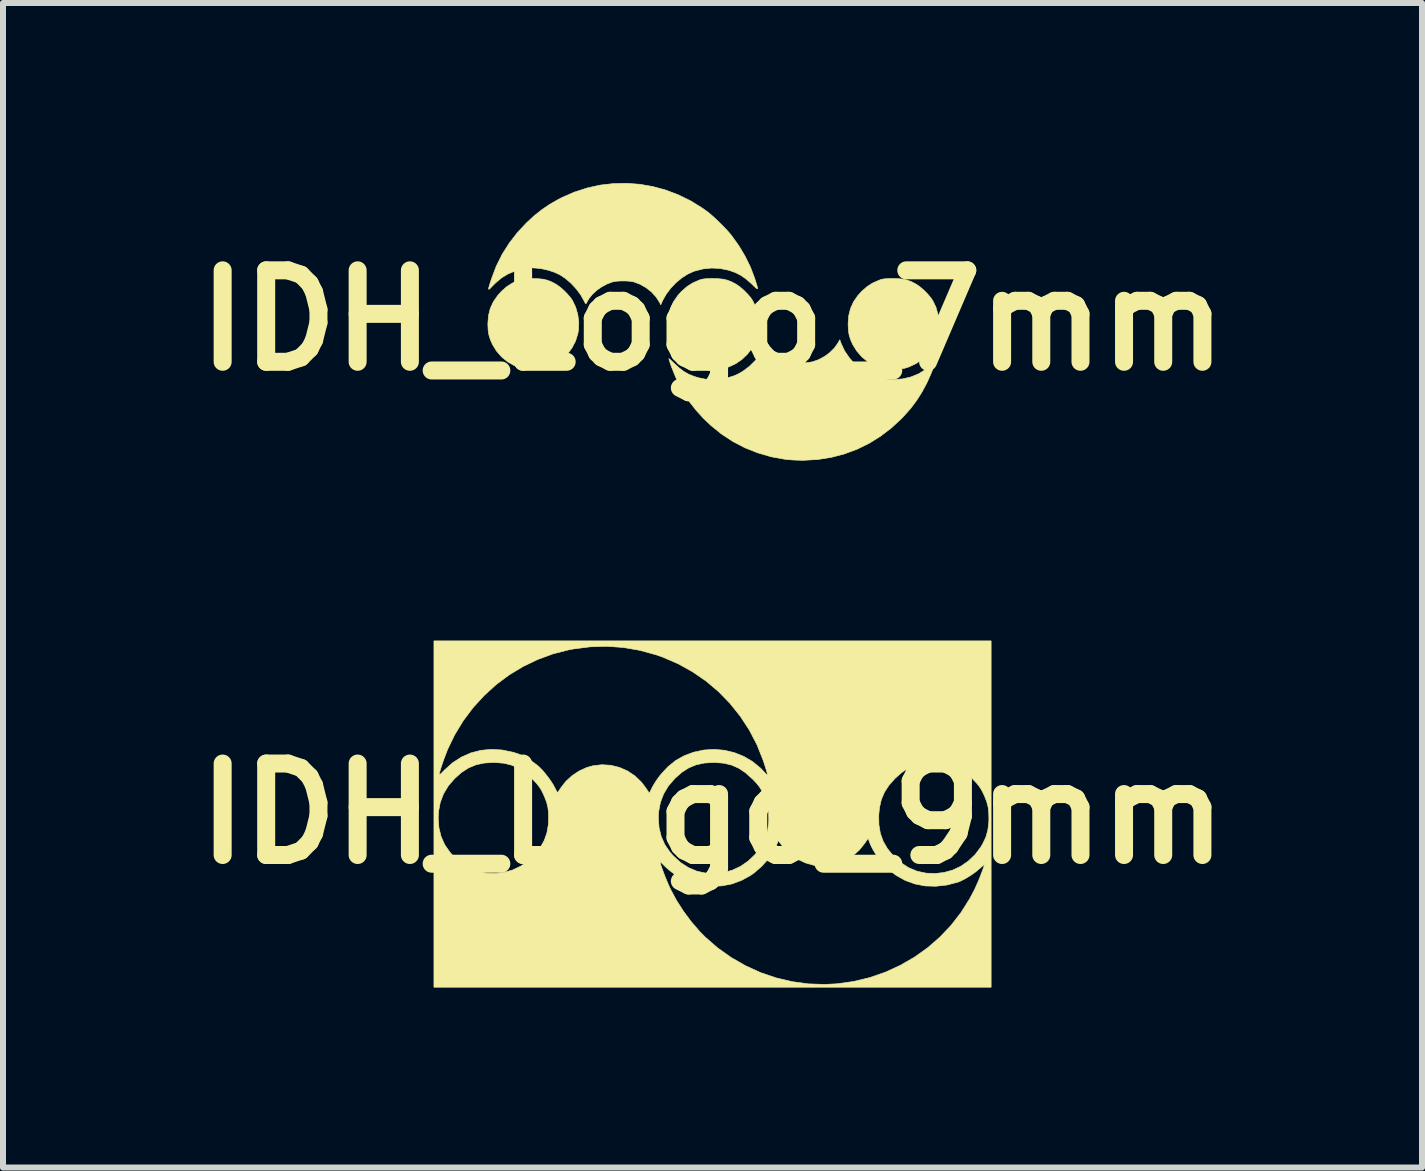
<source format=kicad_pcb>
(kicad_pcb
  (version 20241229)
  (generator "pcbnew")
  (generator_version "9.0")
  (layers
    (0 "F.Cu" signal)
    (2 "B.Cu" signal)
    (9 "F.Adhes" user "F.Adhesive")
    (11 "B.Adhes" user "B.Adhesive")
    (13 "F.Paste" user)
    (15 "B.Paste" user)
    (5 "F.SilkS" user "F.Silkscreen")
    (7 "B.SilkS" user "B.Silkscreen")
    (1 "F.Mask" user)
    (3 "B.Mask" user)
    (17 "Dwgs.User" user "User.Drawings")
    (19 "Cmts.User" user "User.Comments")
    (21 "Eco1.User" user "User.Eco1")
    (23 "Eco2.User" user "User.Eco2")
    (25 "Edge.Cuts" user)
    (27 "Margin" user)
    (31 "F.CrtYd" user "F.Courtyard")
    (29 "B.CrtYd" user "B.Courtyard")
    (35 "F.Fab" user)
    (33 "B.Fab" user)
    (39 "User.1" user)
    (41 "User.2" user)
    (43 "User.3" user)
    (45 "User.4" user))
  (footprint "IDH_Logo_7mm"
    (layer "F.Cu")
    (at 8.825 2.29)
    (property "Reference" "IDH_Logo_7mm" (at 0 0 0) (layer "F.SilkS") (effects (font (size 1.524 1.524) (thickness 0.3))))
    (attr through_hole)
    (fp_poly (pts (xy -2.905 -0.695) (xy -2.824 -0.687) (xy -2.753 -0.67) (xy -2.684 -0.643) (xy -2.613 -0.605) (xy -2.61 -0.604) (xy -2.55 -0.562) (xy -2.486 -0.508) (xy -2.424 -0.446) (xy -2.37 -0.384) (xy -2.334 -0.332) (xy -2.281 -0.221) (xy -2.246 -0.099) (xy -2.229 0.026) (xy -2.233 0.151) (xy -2.245 0.224) (xy -2.283 0.345) (xy -2.342 0.458) (xy -2.418 0.56) (xy -2.509 0.648) (xy -2.614 0.72) (xy -2.729 0.774) (xy -2.801 0.797) (xy -2.902 0.814) (xy -3.011 0.819) (xy -3.117 0.81) (xy -3.182 0.797) (xy -3.304 0.753) (xy -3.415 0.69) (xy -3.515 0.608) (xy -3.6 0.511) (xy -3.667 0.401) (xy -3.703 0.32) (xy -3.727 0.242) (xy -3.74 0.16) (xy -3.744 0.065) (xy -3.744 0.052) (xy -3.734 -0.079) (xy -3.704 -0.199) (xy -3.653 -0.31) (xy -3.581 -0.414) (xy -3.519 -0.483) (xy -3.43 -0.562) (xy -3.335 -0.623) (xy -3.236 -0.667) (xy -3.2 -0.68) (xy -3.168 -0.688) (xy -3.133 -0.693) (xy -3.089 -0.696) (xy -3.029 -0.698) (xy -3.002 -0.698) (xy -2.905 -0.695)) (stroke (width 0.01) (type solid)) (fill yes) (layer "F.SilkS"))
    (fp_poly (pts (xy 0.097 -0.695) (xy 0.178 -0.687) (xy 0.249 -0.67) (xy 0.317 -0.643) (xy 0.389 -0.605) (xy 0.392 -0.604) (xy 0.452 -0.562) (xy 0.516 -0.508) (xy 0.578 -0.446) (xy 0.632 -0.384) (xy 0.668 -0.332) (xy 0.721 -0.221) (xy 0.756 -0.099) (xy 0.772 0.026) (xy 0.769 0.151) (xy 0.757 0.224) (xy 0.718 0.345) (xy 0.66 0.458) (xy 0.584 0.56) (xy 0.492 0.648) (xy 0.388 0.72) (xy 0.273 0.774) (xy 0.201 0.797) (xy 0.1 0.814) (xy -0.009 0.819) (xy -0.116 0.81) (xy -0.181 0.797) (xy -0.302 0.753) (xy -0.413 0.69) (xy -0.513 0.608) (xy -0.598 0.511) (xy -0.665 0.401) (xy -0.702 0.32) (xy -0.725 0.242) (xy -0.738 0.16) (xy -0.742 0.065) (xy -0.742 0.052) (xy -0.732 -0.079) (xy -0.702 -0.199) (xy -0.651 -0.31) (xy -0.579 -0.414) (xy -0.517 -0.483) (xy -0.428 -0.562) (xy -0.333 -0.623) (xy -0.234 -0.667) (xy -0.199 -0.68) (xy -0.166 -0.688) (xy -0.131 -0.693) (xy -0.087 -0.696) (xy -0.028 -0.698) (xy 0 -0.698) (xy 0.097 -0.695)) (stroke (width 0.01) (type solid)) (fill yes) (layer "F.SilkS"))
    (fp_poly (pts (xy 3.099 -0.695) (xy 3.18 -0.687) (xy 3.251 -0.67) (xy 3.319 -0.643) (xy 3.391 -0.605) (xy 3.394 -0.604) (xy 3.454 -0.562) (xy 3.518 -0.508) (xy 3.58 -0.446) (xy 3.633 -0.384) (xy 3.669 -0.332) (xy 3.723 -0.221) (xy 3.758 -0.099) (xy 3.774 0.026) (xy 3.771 0.151) (xy 3.759 0.224) (xy 3.72 0.345) (xy 3.662 0.458) (xy 3.586 0.56) (xy 3.494 0.648) (xy 3.39 0.72) (xy 3.275 0.774) (xy 3.203 0.797) (xy 3.102 0.814) (xy 2.993 0.819) (xy 2.886 0.81) (xy 2.821 0.797) (xy 2.7 0.753) (xy 2.588 0.69) (xy 2.489 0.608) (xy 2.404 0.511) (xy 2.336 0.401) (xy 2.3 0.32) (xy 2.276 0.242) (xy 2.264 0.16) (xy 2.26 0.065) (xy 2.26 0.052) (xy 2.27 -0.079) (xy 2.3 -0.199) (xy 2.35 -0.31) (xy 2.422 -0.414) (xy 2.485 -0.483) (xy 2.574 -0.562) (xy 2.669 -0.623) (xy 2.768 -0.667) (xy 2.803 -0.68) (xy 2.835 -0.688) (xy 2.871 -0.693) (xy 2.915 -0.696) (xy 2.974 -0.698) (xy 3.002 -0.698) (xy 3.099 -0.695)) (stroke (width 0.01) (type solid)) (fill yes) (layer "F.SilkS"))
    (fp_poly (pts (xy 2.145 0.389) (xy 2.201 0.508) (xy 2.279 0.622) (xy 2.344 0.697) (xy 2.452 0.797) (xy 2.566 0.875) (xy 2.688 0.932) (xy 2.82 0.969) (xy 2.963 0.985) (xy 3.019 0.986) (xy 3.167 0.975) (xy 3.305 0.943) (xy 3.435 0.89) (xy 3.556 0.815) (xy 3.657 0.731) (xy 3.686 0.704) (xy 3.708 0.684) (xy 3.718 0.677) (xy 3.718 0.677) (xy 3.713 0.696) (xy 3.701 0.731) (xy 3.684 0.779) (xy 3.662 0.835) (xy 3.638 0.894) (xy 3.613 0.951) (xy 3.59 1.003) (xy 3.571 1.044) (xy 3.488 1.198) (xy 3.4 1.336) (xy 3.302 1.467) (xy 3.188 1.595) (xy 3.153 1.632) (xy 2.983 1.79) (xy 2.801 1.929) (xy 2.608 2.049) (xy 2.406 2.148) (xy 2.194 2.226) (xy 1.976 2.283) (xy 1.751 2.318) (xy 1.521 2.331) (xy 1.486 2.331) (xy 1.414 2.329) (xy 1.337 2.326) (xy 1.265 2.32) (xy 1.208 2.314) (xy 1.206 2.314) (xy 0.976 2.272) (xy 0.755 2.208) (xy 0.543 2.124) (xy 0.341 2.019) (xy 0.15 1.894) (xy -0.029 1.749) (xy -0.151 1.632) (xy -0.269 1.503) (xy -0.371 1.374) (xy -0.462 1.239) (xy -0.545 1.09) (xy -0.57 1.043) (xy -0.591 0.998) (xy -0.615 0.944) (xy -0.64 0.883) (xy -0.665 0.821) (xy -0.688 0.761) (xy -0.707 0.708) (xy -0.72 0.666) (xy -0.727 0.641) (xy -0.727 0.637) (xy -0.72 0.641) (xy -0.699 0.659) (xy -0.669 0.688) (xy -0.638 0.717) (xy -0.554 0.794) (xy -0.475 0.853) (xy -0.394 0.899) (xy -0.306 0.934) (xy -0.225 0.958) (xy -0.099 0.983) (xy 0.018 0.99) (xy 0.136 0.979) (xy 0.182 0.971) (xy 0.271 0.95) (xy 0.343 0.929) (xy 0.406 0.903) (xy 0.467 0.871) (xy 0.514 0.842) (xy 0.613 0.767) (xy 0.704 0.678) (xy 0.783 0.58) (xy 0.845 0.478) (xy 0.871 0.422) (xy 0.896 0.359) (xy 0.948 0.43) (xy 1.027 0.519) (xy 1.121 0.595) (xy 1.228 0.653) (xy 1.331 0.689) (xy 1.407 0.702) (xy 1.495 0.707) (xy 1.583 0.703) (xy 1.661 0.691) (xy 1.673 0.688) (xy 1.771 0.653) (xy 1.867 0.601) (xy 1.955 0.536) (xy 2.03 0.462) (xy 2.087 0.382) (xy 2.087 0.382) (xy 2.121 0.323) (xy 2.145 0.389)) (stroke (width 0.01) (type solid)) (fill yes) (layer "F.SilkS"))
    (fp_poly (pts (xy -1.214 -2.269) (xy -0.996 -2.231) (xy -0.782 -2.173) (xy -0.573 -2.094) (xy -0.37 -1.995) (xy -0.176 -1.876) (xy -0.075 -1.803) (xy -0.02 -1.758) (xy 0.044 -1.7) (xy 0.113 -1.634) (xy 0.181 -1.566) (xy 0.245 -1.499) (xy 0.297 -1.439) (xy 0.317 -1.414) (xy 0.437 -1.247) (xy 0.542 -1.071) (xy 0.631 -0.89) (xy 0.7 -0.709) (xy 0.703 -0.7) (xy 0.726 -0.627) (xy 0.742 -0.575) (xy 0.75 -0.542) (xy 0.749 -0.527) (xy 0.739 -0.529) (xy 0.718 -0.545) (xy 0.687 -0.575) (xy 0.655 -0.606) (xy 0.564 -0.687) (xy 0.476 -0.749) (xy 0.385 -0.796) (xy 0.284 -0.832) (xy 0.266 -0.837) (xy 0.123 -0.866) (xy -0.014 -0.873) (xy -0.15 -0.86) (xy -0.289 -0.825) (xy -0.312 -0.818) (xy -0.412 -0.773) (xy -0.512 -0.709) (xy -0.608 -0.63) (xy -0.695 -0.539) (xy -0.77 -0.44) (xy -0.829 -0.337) (xy -0.837 -0.319) (xy -0.863 -0.26) (xy -0.883 -0.301) (xy -0.941 -0.391) (xy -1.017 -0.474) (xy -1.108 -0.546) (xy -1.208 -0.603) (xy -1.313 -0.642) (xy -1.375 -0.653) (xy -1.45 -0.658) (xy -1.529 -0.658) (xy -1.604 -0.653) (xy -1.666 -0.642) (xy -1.757 -0.608) (xy -1.847 -0.56) (xy -1.931 -0.501) (xy -2.003 -0.434) (xy -2.061 -0.362) (xy -2.091 -0.309) (xy -2.103 -0.286) (xy -2.112 -0.277) (xy -2.112 -0.277) (xy -2.12 -0.287) (xy -2.134 -0.311) (xy -2.144 -0.332) (xy -2.199 -0.429) (xy -2.271 -0.525) (xy -2.355 -0.616) (xy -2.447 -0.696) (xy -2.541 -0.759) (xy -2.541 -0.759) (xy -2.631 -0.801) (xy -2.735 -0.836) (xy -2.846 -0.861) (xy -2.95 -0.873) (xy -3.016 -0.875) (xy -3.076 -0.871) (xy -3.142 -0.861) (xy -3.167 -0.856) (xy -3.296 -0.821) (xy -3.41 -0.774) (xy -3.512 -0.712) (xy -3.609 -0.632) (xy -3.659 -0.583) (xy -3.69 -0.55) (xy -3.713 -0.527) (xy -3.727 -0.518) (xy -3.732 -0.522) (xy -3.73 -0.542) (xy -3.72 -0.58) (xy -3.702 -0.636) (xy -3.681 -0.7) (xy -3.604 -0.904) (xy -3.506 -1.101) (xy -3.387 -1.289) (xy -3.25 -1.466) (xy -3.098 -1.628) (xy -2.973 -1.743) (xy -2.849 -1.842) (xy -2.721 -1.93) (xy -2.582 -2.01) (xy -2.509 -2.048) (xy -2.303 -2.138) (xy -2.09 -2.207) (xy -1.874 -2.255) (xy -1.655 -2.28) (xy -1.434 -2.285) (xy -1.214 -2.269)) (stroke (width 0.01) (type solid)) (fill yes) (layer "F.SilkS")))
  (footprint "IDH_Logo_9mm"
    (layer "F.Cu")
    (at 8.825 10.51)
    (property "Reference" "IDH_Logo_9mm" (at 0 0 0) (layer "F.SilkS") (effects (font (size 1.524 1.524) (thickness 0.3))))
    (attr through_hole)
    (fp_poly (pts (xy 4.643 2.893) (xy -4.643 2.893) (xy -4.643 0.076) (xy -4.572 0.076) (xy -4.56 0.236) (xy -4.524 0.382) (xy -4.464 0.517) (xy -4.377 0.643) (xy -4.324 0.703) (xy -4.201 0.816) (xy -4.069 0.901) (xy -3.928 0.96) (xy -3.777 0.992) (xy -3.618 0.997) (xy -3.481 0.981) (xy -3.335 0.941) (xy -3.196 0.875) (xy -3.094 0.804) (xy -0.875 0.804) (xy -0.87 0.83) (xy -0.855 0.876) (xy -0.833 0.937) (xy -0.807 1.008) (xy -0.777 1.083) (xy -0.747 1.156) (xy -0.717 1.224) (xy -0.699 1.263) (xy -0.602 1.443) (xy -0.485 1.626) (xy -0.354 1.802) (xy -0.215 1.963) (xy -0.125 2.055) (xy 0.085 2.238) (xy 0.311 2.398) (xy 0.55 2.535) (xy 0.8 2.649) (xy 1.058 2.737) (xy 1.324 2.8) (xy 1.594 2.837) (xy 1.867 2.846) (xy 2.074 2.836) (xy 2.352 2.797) (xy 2.622 2.732) (xy 2.882 2.642) (xy 3.13 2.528) (xy 3.366 2.392) (xy 3.586 2.235) (xy 3.791 2.057) (xy 3.977 1.86) (xy 4.144 1.645) (xy 4.29 1.412) (xy 4.368 1.263) (xy 4.395 1.203) (xy 4.425 1.135) (xy 4.455 1.063) (xy 4.482 0.993) (xy 4.505 0.932) (xy 4.522 0.883) (xy 4.529 0.854) (xy 4.53 0.851) (xy 4.52 0.855) (xy 4.496 0.876) (xy 4.462 0.907) (xy 4.46 0.908) (xy 4.386 0.97) (xy 4.301 1.03) (xy 4.213 1.084) (xy 4.131 1.125) (xy 4.089 1.142) (xy 3.903 1.19) (xy 3.721 1.21) (xy 3.544 1.205) (xy 3.374 1.172) (xy 3.212 1.113) (xy 3.059 1.028) (xy 2.917 0.918) (xy 2.897 0.899) (xy 2.839 0.837) (xy 2.778 0.759) (xy 2.719 0.674) (xy 2.668 0.589) (xy 2.631 0.513) (xy 2.624 0.495) (xy 2.593 0.411) (xy 2.537 0.494) (xy 2.445 0.608) (xy 2.334 0.705) (xy 2.208 0.782) (xy 2.072 0.837) (xy 1.929 0.868) (xy 1.834 0.874) (xy 1.69 0.861) (xy 1.549 0.821) (xy 1.415 0.758) (xy 1.293 0.673) (xy 1.187 0.568) (xy 1.149 0.521) (xy 1.097 0.45) (xy 1.066 0.525) (xy 1.005 0.646) (xy 0.92 0.766) (xy 0.817 0.88) (xy 0.7 0.982) (xy 0.635 1.029) (xy 0.486 1.111) (xy 0.328 1.17) (xy 0.162 1.203) (xy -0.006 1.213) (xy -0.174 1.198) (xy -0.338 1.158) (xy -0.494 1.094) (xy -0.605 1.03) (xy -0.667 0.985) (xy -0.73 0.935) (xy -0.783 0.888) (xy -0.801 0.87) (xy -0.836 0.835) (xy -0.862 0.811) (xy -0.874 0.803) (xy -0.875 0.804) (xy -3.094 0.804) (xy -3.068 0.786) (xy -2.954 0.675) (xy -2.87 0.563) (xy -2.803 0.443) (xy -2.76 0.32) (xy -2.737 0.187) (xy -2.732 0.092) (xy -2.732 0.076) (xy -0.903 0.076) (xy -0.891 0.236) (xy -0.855 0.382) (xy -0.795 0.517) (xy -0.708 0.643) (xy -0.655 0.703) (xy -0.532 0.816) (xy -0.4 0.901) (xy -0.259 0.96) (xy -0.109 0.992) (xy 0.05 0.997) (xy 0.19 0.981) (xy 0.334 0.941) (xy 0.47 0.877) (xy 0.596 0.789) (xy 0.708 0.682) (xy 0.803 0.557) (xy 0.829 0.512) (xy 0.885 0.396) (xy 0.919 0.277) (xy 0.936 0.147) (xy 0.937 0.085) (xy 0.936 0.028) (xy 2.77 0.028) (xy 2.773 0.187) (xy 2.797 0.33) (xy 2.844 0.461) (xy 2.915 0.583) (xy 3.011 0.701) (xy 3.014 0.703) (xy 3.137 0.816) (xy 3.268 0.901) (xy 3.409 0.96) (xy 3.559 0.992) (xy 3.718 0.997) (xy 3.859 0.981) (xy 4.002 0.941) (xy 4.139 0.877) (xy 4.265 0.789) (xy 4.377 0.682) (xy 4.471 0.557) (xy 4.498 0.512) (xy 4.554 0.396) (xy 4.588 0.277) (xy 4.604 0.147) (xy 4.606 0.085) (xy 4.603 -0.023) (xy 4.592 -0.115) (xy 4.569 -0.201) (xy 4.533 -0.293) (xy 4.513 -0.337) (xy 4.481 -0.398) (xy 4.448 -0.45) (xy 4.407 -0.502) (xy 4.351 -0.561) (xy 4.334 -0.578) (xy 4.221 -0.68) (xy 4.108 -0.756) (xy 3.991 -0.808) (xy 3.863 -0.84) (xy 3.719 -0.852) (xy 3.683 -0.853) (xy 3.531 -0.843) (xy 3.396 -0.814) (xy 3.272 -0.763) (xy 3.156 -0.688) (xy 3.041 -0.587) (xy 3.041 -0.586) (xy 2.94 -0.472) (xy 2.865 -0.357) (xy 2.813 -0.234) (xy 2.782 -0.099) (xy 2.77 0.028) (xy 0.936 0.028) (xy 0.934 -0.023) (xy 0.923 -0.115) (xy 0.9 -0.201) (xy 0.864 -0.293) (xy 0.844 -0.337) (xy 0.812 -0.398) (xy 0.779 -0.45) (xy 0.738 -0.502) (xy 0.683 -0.561) (xy 0.665 -0.578) (xy 0.552 -0.68) (xy 0.439 -0.756) (xy 0.322 -0.808) (xy 0.194 -0.84) (xy 0.05 -0.852) (xy 0.014 -0.853) (xy -0.138 -0.843) (xy -0.273 -0.814) (xy -0.396 -0.763) (xy -0.513 -0.688) (xy -0.627 -0.587) (xy -0.628 -0.586) (xy -0.735 -0.462) (xy -0.815 -0.329) (xy -0.869 -0.186) (xy -0.898 -0.032) (xy -0.903 0.076) (xy -2.732 0.076) (xy -2.734 -0.015) (xy -2.744 -0.105) (xy -2.764 -0.187) (xy -2.797 -0.274) (xy -2.825 -0.337) (xy -2.856 -0.398) (xy -2.89 -0.45) (xy -2.931 -0.502) (xy -2.986 -0.561) (xy -3.004 -0.578) (xy -3.117 -0.68) (xy -3.229 -0.756) (xy -3.347 -0.808) (xy -3.475 -0.84) (xy -3.619 -0.852) (xy -3.655 -0.853) (xy -3.807 -0.843) (xy -3.942 -0.814) (xy -4.065 -0.763) (xy -4.182 -0.688) (xy -4.296 -0.587) (xy -4.297 -0.586) (xy -4.404 -0.462) (xy -4.484 -0.329) (xy -4.538 -0.186) (xy -4.567 -0.032) (xy -4.572 0.076) (xy -4.643 0.076) (xy -4.643 -0.657) (xy -4.555 -0.657) (xy -4.553 -0.647) (xy -4.543 -0.652) (xy -4.52 -0.673) (xy -4.482 -0.711) (xy -4.464 -0.729) (xy -4.33 -0.849) (xy -4.183 -0.943) (xy -4.027 -1.012) (xy -3.861 -1.055) (xy -3.688 -1.071) (xy -3.509 -1.061) (xy -3.325 -1.023) (xy -3.249 -1) (xy -3.176 -0.97) (xy -3.092 -0.924) (xy -3.006 -0.869) (xy -2.925 -0.809) (xy -2.883 -0.773) (xy -2.828 -0.716) (xy -2.769 -0.644) (xy -2.71 -0.566) (xy -2.66 -0.49) (xy -2.626 -0.426) (xy -2.606 -0.387) (xy -2.59 -0.36) (xy -2.583 -0.353) (xy -2.572 -0.365) (xy -2.551 -0.394) (xy -2.526 -0.433) (xy -2.445 -0.537) (xy -2.343 -0.63) (xy -2.226 -0.709) (xy -2.1 -0.767) (xy -1.997 -0.797) (xy -1.846 -0.815) (xy -1.697 -0.806) (xy -1.553 -0.771) (xy -1.418 -0.712) (xy -1.295 -0.63) (xy -1.186 -0.526) (xy -1.113 -0.43) (xy -1.053 -0.34) (xy -1.005 -0.437) (xy -0.974 -0.492) (xy -0.932 -0.558) (xy -0.885 -0.623) (xy -0.863 -0.651) (xy -0.743 -0.781) (xy -0.613 -0.886) (xy -0.47 -0.966) (xy -0.317 -1.023) (xy -0.145 -1.06) (xy 0.028 -1.071) (xy 0.199 -1.056) (xy 0.365 -1.016) (xy 0.522 -0.953) (xy 0.668 -0.867) (xy 0.799 -0.759) (xy 0.84 -0.717) (xy 0.879 -0.675) (xy 0.902 -0.652) (xy 0.913 -0.646) (xy 0.914 -0.656) (xy 0.91 -0.678) (xy 0.901 -0.711) (xy 0.885 -0.762) (xy 0.865 -0.826) (xy 0.844 -0.889) (xy 0.741 -1.148) (xy 0.613 -1.393) (xy 0.463 -1.623) (xy 0.292 -1.836) (xy 0.102 -2.032) (xy -0.107 -2.209) (xy -0.333 -2.364) (xy -0.574 -2.498) (xy -0.828 -2.608) (xy -0.934 -2.645) (xy -1.208 -2.721) (xy -1.484 -2.769) (xy -1.762 -2.789) (xy -2.042 -2.78) (xy -2.324 -2.744) (xy -2.392 -2.731) (xy -2.658 -2.663) (xy -2.914 -2.569) (xy -3.158 -2.452) (xy -3.39 -2.312) (xy -3.607 -2.15) (xy -3.807 -1.968) (xy -3.99 -1.768) (xy -4.153 -1.551) (xy -4.295 -1.318) (xy -4.415 -1.071) (xy -4.484 -0.889) (xy -4.507 -0.821) (xy -4.528 -0.758) (xy -4.543 -0.707) (xy -4.551 -0.678) (xy -4.555 -0.657) (xy -4.643 -0.657) (xy -4.643 -2.879) (xy 4.643 -2.879) (xy 4.643 2.893)) (stroke (width 0.01) (type solid)) (fill yes) (layer "F.SilkS")))
  (gr_rect
    (start -3 -3)
    (end 20.649 16.408)
    (stroke (width 0.1) (type default))
    (fill no)
    (layer "Edge.Cuts")))
</source>
